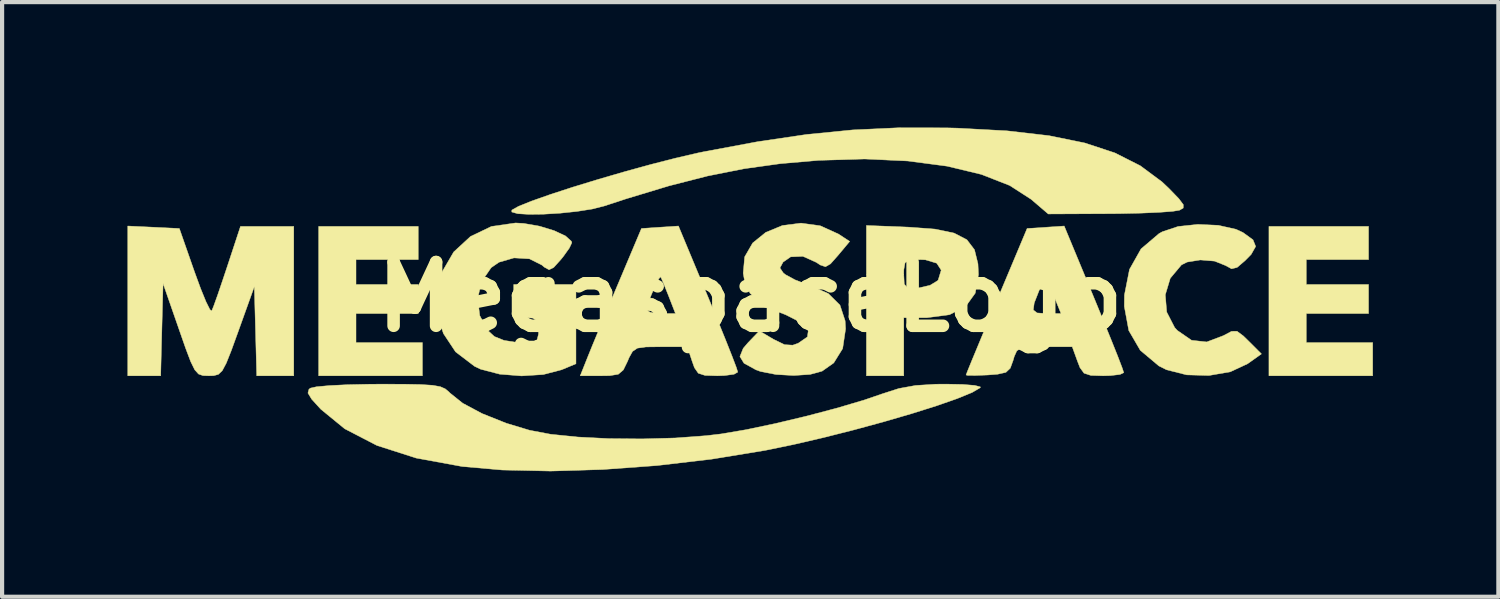
<source format=kicad_pcb>
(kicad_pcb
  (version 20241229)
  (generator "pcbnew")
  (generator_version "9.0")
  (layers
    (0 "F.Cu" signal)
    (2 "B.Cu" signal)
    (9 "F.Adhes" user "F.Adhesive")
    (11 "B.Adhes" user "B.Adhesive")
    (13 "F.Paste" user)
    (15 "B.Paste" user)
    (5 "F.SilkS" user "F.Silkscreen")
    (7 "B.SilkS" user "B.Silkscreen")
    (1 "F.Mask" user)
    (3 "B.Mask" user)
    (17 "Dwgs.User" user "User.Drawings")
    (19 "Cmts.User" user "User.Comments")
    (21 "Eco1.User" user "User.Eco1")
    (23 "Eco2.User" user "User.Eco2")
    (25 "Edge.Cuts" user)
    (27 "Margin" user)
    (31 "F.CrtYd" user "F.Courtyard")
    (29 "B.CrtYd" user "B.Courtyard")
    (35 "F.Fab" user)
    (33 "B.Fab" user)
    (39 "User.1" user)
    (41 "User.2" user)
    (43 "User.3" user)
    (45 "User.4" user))
  (footprint "MegaspaceLogo"
    (layer "F.Cu")
    (at 14.888 4.05)
    (property "Reference" "MegaspaceLogo" (at 0 0 0) (layer "F.SilkS") (effects (font (size 1.524 1.524) (thickness 0.3))))
    (attr through_hole)
    (fp_poly (pts (xy -7.938 -0.893) (xy -9.426 -0.893) (xy -9.426 -0.298) (xy -7.938 -0.298) (xy -7.938 0.397) (xy -9.426 0.397) (xy -9.426 1.091) (xy -7.838 1.091) (xy -7.838 1.885) (xy -10.319 1.885) (xy -10.319 -1.687) (xy -7.938 -1.687) (xy -7.938 -0.893)) (stroke (width 0.01) (type solid)) (fill yes) (layer "F.SilkS"))
    (fp_poly (pts (xy 14.784 -0.893) (xy 13.295 -0.893) (xy 13.295 -0.298) (xy 14.784 -0.298) (xy 14.784 0.397) (xy 13.295 0.397) (xy 13.295 1.091) (xy 14.883 1.091) (xy 14.883 1.885) (xy 12.402 1.885) (xy 12.402 -1.687) (xy 14.784 -1.687) (xy 14.784 -0.893)) (stroke (width 0.01) (type solid)) (fill yes) (layer "F.SilkS"))
    (fp_poly (pts (xy 3.795 -1.669) (xy 4.421 -1.622) (xy 4.874 -1.527) (xy 5.18 -1.368) (xy 5.362 -1.129) (xy 5.445 -0.792) (xy 5.457 -0.535) (xy 5.38 -0.091) (xy 5.15 0.228) (xy 4.765 0.424) (xy 4.225 0.496) (xy 4.172 0.496) (xy 3.671 0.496) (xy 3.671 1.885) (xy 2.778 1.885) (xy 2.778 -0.54) (xy 3.671 -0.54) (xy 3.683 -0.308) (xy 3.759 -0.216) (xy 3.958 -0.211) (xy 4.033 -0.217) (xy 4.3 -0.279) (xy 4.482 -0.39) (xy 4.495 -0.408) (xy 4.566 -0.641) (xy 4.459 -0.807) (xy 4.189 -0.888) (xy 4.071 -0.893) (xy 3.816 -0.883) (xy 3.702 -0.819) (xy 3.672 -0.651) (xy 3.671 -0.54) (xy 2.778 -0.54) (xy 2.778 -1.709) (xy 3.795 -1.669)) (stroke (width 0.01) (type solid)) (fill yes) (layer "F.SilkS"))
    (fp_poly (pts (xy -14.266 -1.667) (xy -13.65 -1.637) (xy -13.289 -0.605) (xy -13.141 -0.201) (xy -13.013 0.113) (xy -12.919 0.301) (xy -12.877 0.337) (xy -12.826 0.21) (xy -12.729 -0.061) (xy -12.603 -0.432) (xy -12.507 -0.719) (xy -12.188 -1.687) (xy -10.914 -1.687) (xy -10.914 1.885) (xy -11.8 1.885) (xy -11.828 0.819) (xy -11.857 -0.248) (xy -12.24 0.819) (xy -12.406 1.277) (xy -12.527 1.581) (xy -12.623 1.762) (xy -12.716 1.851) (xy -12.828 1.882) (xy -12.947 1.885) (xy -13.086 1.88) (xy -13.191 1.843) (xy -13.282 1.742) (xy -13.378 1.547) (xy -13.5 1.225) (xy -13.655 0.781) (xy -14.039 -0.323) (xy -14.068 0.781) (xy -14.096 1.885) (xy -14.883 1.885) (xy -14.883 -1.696) (xy -14.266 -1.667)) (stroke (width 0.01) (type solid)) (fill yes) (layer "F.SilkS"))
    (fp_poly (pts (xy 11.19 -1.713) (xy 11.614 -1.618) (xy 11.782 -1.54) (xy 12.021 -1.366) (xy 12.085 -1.208) (xy 11.977 -1.017) (xy 11.832 -0.869) (xy 11.641 -0.706) (xy 11.509 -0.673) (xy 11.366 -0.751) (xy 11.101 -0.857) (xy 10.762 -0.885) (xy 10.446 -0.834) (xy 10.31 -0.766) (xy 10.043 -0.447) (xy 9.924 -0.051) (xy 9.958 0.361) (xy 10.148 0.731) (xy 10.212 0.801) (xy 10.552 1.036) (xy 10.915 1.076) (xy 11.316 0.924) (xy 11.321 0.921) (xy 11.508 0.822) (xy 11.639 0.82) (xy 11.79 0.932) (xy 11.917 1.056) (xy 12.223 1.362) (xy 11.891 1.598) (xy 11.478 1.79) (xy 10.968 1.878) (xy 10.435 1.863) (xy 9.953 1.741) (xy 9.771 1.65) (xy 9.326 1.276) (xy 9.051 0.803) (xy 8.944 0.225) (xy 8.947 -0.046) (xy 9.068 -0.659) (xy 9.344 -1.149) (xy 9.774 -1.515) (xy 9.853 -1.559) (xy 10.23 -1.685) (xy 10.702 -1.735) (xy 11.19 -1.713)) (stroke (width 0.01) (type solid)) (fill yes) (layer "F.SilkS"))
    (fp_poly (pts (xy -1.007 0.006) (xy -0.783 0.549) (xy -0.588 1.029) (xy -0.434 1.418) (xy -0.333 1.684) (xy -0.298 1.797) (xy -0.387 1.848) (xy -0.614 1.879) (xy -0.786 1.885) (xy -1.081 1.876) (xy -1.242 1.824) (xy -1.334 1.692) (xy -1.389 1.538) (xy -1.504 1.191) (xy -2.146 1.191) (xy -2.493 1.195) (xy -2.698 1.224) (xy -2.814 1.302) (xy -2.898 1.453) (xy -2.933 1.538) (xy -3.034 1.745) (xy -3.154 1.848) (xy -3.36 1.882) (xy -3.572 1.885) (xy -4.065 1.885) (xy -3.877 1.414) (xy -3.768 1.145) (xy -3.602 0.744) (xy -3.421 0.31) (xy -2.48 0.31) (xy -2.393 0.367) (xy -2.179 0.396) (xy -2.134 0.397) (xy -1.788 0.397) (xy -1.952 -0.025) (xy -2.056 -0.284) (xy -2.128 -0.453) (xy -2.144 -0.482) (xy -2.193 -0.426) (xy -2.28 -0.251) (xy -2.376 -0.024) (xy -2.452 0.187) (xy -2.48 0.31) (xy -3.421 0.31) (xy -3.401 0.261) (xy -3.185 -0.253) (xy -3.145 -0.347) (xy -2.601 -1.637) (xy -2.158 -1.667) (xy -1.716 -1.696) (xy -1.007 0.006)) (stroke (width 0.01) (type solid)) (fill yes) (layer "F.SilkS"))
    (fp_poly (pts (xy 1.673 -1.702) (xy 2.108 -1.505) (xy 2.378 -1.328) (xy 2.099 -0.994) (xy 1.919 -0.791) (xy 1.799 -0.722) (xy 1.673 -0.765) (xy 1.582 -0.826) (xy 1.26 -0.971) (xy 0.966 -0.959) (xy 0.785 -0.833) (xy 0.71 -0.693) (xy 0.792 -0.573) (xy 0.845 -0.532) (xy 1.069 -0.41) (xy 1.367 -0.293) (xy 1.416 -0.278) (xy 1.866 -0.082) (xy 2.145 0.194) (xy 2.269 0.571) (xy 2.28 0.764) (xy 2.21 1.234) (xy 1.997 1.577) (xy 1.718 1.774) (xy 1.433 1.852) (xy 1.039 1.878) (xy 0.616 1.854) (xy 0.246 1.782) (xy 0.136 1.742) (xy -0.149 1.585) (xy -0.247 1.425) (xy -0.168 1.229) (xy -0.051 1.092) (xy 0.218 0.812) (xy 0.561 1.015) (xy 0.821 1.141) (xy 1.016 1.153) (xy 1.147 1.107) (xy 1.367 0.955) (xy 1.39 0.79) (xy 1.216 0.613) (xy 0.846 0.425) (xy 0.682 0.361) (xy 0.257 0.159) (xy -0.006 -0.09) (xy -0.143 -0.427) (xy -0.168 -0.568) (xy -0.133 -0.959) (xy 0.058 -1.29) (xy 0.371 -1.544) (xy 0.768 -1.708) (xy 1.214 -1.765) (xy 1.673 -1.702)) (stroke (width 0.01) (type solid)) (fill yes) (layer "F.SilkS"))
    (fp_poly (pts (xy 8.219 0.02) (xy 8.443 0.564) (xy 8.638 1.045) (xy 8.793 1.433) (xy 8.894 1.698) (xy 8.931 1.811) (xy 8.931 1.811) (xy 8.841 1.853) (xy 8.613 1.88) (xy 8.44 1.885) (xy 8.144 1.876) (xy 7.981 1.823) (xy 7.884 1.69) (xy 7.825 1.538) (xy 7.699 1.191) (xy 7.039 1.191) (xy 6.686 1.194) (xy 6.482 1.22) (xy 6.374 1.288) (xy 6.313 1.422) (xy 6.287 1.513) (xy 6.218 1.703) (xy 6.113 1.803) (xy 5.913 1.848) (xy 5.677 1.866) (xy 5.387 1.877) (xy 5.2 1.875) (xy 5.16 1.866) (xy 5.197 1.769) (xy 5.299 1.519) (xy 5.455 1.143) (xy 5.651 0.67) (xy 5.802 0.311) (xy 6.768 0.311) (xy 6.858 0.382) (xy 7.073 0.397) (xy 7.089 0.397) (xy 7.431 0.397) (xy 7.3 0.074) (xy 7.197 -0.189) (xy 7.124 -0.389) (xy 7.121 -0.397) (xy 7.059 -0.423) (xy 6.956 -0.264) (xy 6.91 -0.162) (xy 6.79 0.144) (xy 6.768 0.311) (xy 5.802 0.311) (xy 5.878 0.13) (xy 5.891 0.099) (xy 6.62 -1.637) (xy 7.507 -1.696) (xy 8.219 0.02)) (stroke (width 0.01) (type solid)) (fill yes) (layer "F.SilkS"))
    (fp_poly (pts (xy -5.415 -1.758) (xy -5.037 -1.692) (xy -4.687 -1.585) (xy -4.416 -1.458) (xy -4.276 -1.331) (xy -4.266 -1.295) (xy -4.325 -1.169) (xy -4.472 -0.964) (xy -4.527 -0.896) (xy -4.699 -0.705) (xy -4.81 -0.65) (xy -4.924 -0.713) (xy -4.981 -0.762) (xy -5.28 -0.912) (xy -5.648 -0.934) (xy -6.007 -0.83) (xy -6.194 -0.701) (xy -6.427 -0.362) (xy -6.517 0.04) (xy -6.467 0.446) (xy -6.279 0.797) (xy -6.116 0.947) (xy -5.886 1.039) (xy -5.571 1.089) (xy -5.485 1.091) (xy -5.219 1.082) (xy -5.096 1.026) (xy -5.062 0.887) (xy -5.06 0.794) (xy -5.085 0.583) (xy -5.201 0.505) (xy -5.358 0.496) (xy -5.549 0.48) (xy -5.634 0.395) (xy -5.655 0.184) (xy -5.655 0.099) (xy -5.655 -0.298) (xy -4.167 -0.298) (xy -4.167 1.598) (xy -4.511 1.741) (xy -4.948 1.855) (xy -5.468 1.888) (xy -5.992 1.846) (xy -6.442 1.729) (xy -6.589 1.66) (xy -7.045 1.313) (xy -7.336 0.874) (xy -7.446 0.538) (xy -7.492 -0.057) (xy -7.365 -0.604) (xy -7.09 -1.076) (xy -6.689 -1.446) (xy -6.188 -1.686) (xy -5.61 -1.769) (xy -5.415 -1.758)) (stroke (width 0.01) (type solid)) (fill yes) (layer "F.SilkS"))
    (fp_poly (pts (xy 4.687 -4.043) (xy 4.961 -4.036) (xy 6.139 -3.972) (xy 7.145 -3.856) (xy 7.998 -3.682) (xy 8.719 -3.444) (xy 9.328 -3.136) (xy 9.844 -2.753) (xy 10.009 -2.597) (xy 10.246 -2.352) (xy 10.355 -2.207) (xy 10.353 -2.126) (xy 10.264 -2.074) (xy 10.099 -2.047) (xy 9.777 -2.023) (xy 9.338 -2.004) (xy 8.822 -1.993) (xy 8.598 -1.991) (xy 7.126 -1.984) (xy 6.716 -2.335) (xy 6.204 -2.665) (xy 5.527 -2.93) (xy 4.707 -3.127) (xy 3.766 -3.251) (xy 2.728 -3.299) (xy 1.634 -3.266) (xy 0.72 -3.187) (xy -0.147 -3.066) (xy -1.017 -2.893) (xy -1.94 -2.657) (xy -2.966 -2.347) (xy -3.494 -2.174) (xy -3.78 -2.102) (xy -4.143 -2.045) (xy -4.543 -2.003) (xy -4.939 -1.979) (xy -5.291 -1.975) (xy -5.559 -1.991) (xy -5.701 -2.031) (xy -5.7 -2.077) (xy -5.542 -2.166) (xy -5.224 -2.294) (xy -4.778 -2.451) (xy -4.238 -2.627) (xy -3.636 -2.811) (xy -3.004 -2.995) (xy -2.375 -3.168) (xy -1.781 -3.32) (xy -1.256 -3.442) (xy -1.12 -3.47) (xy 0.177 -3.712) (xy 1.348 -3.885) (xy 2.451 -3.994) (xy 3.545 -4.045) (xy 4.687 -4.043)) (stroke (width 0.01) (type solid)) (fill yes) (layer "F.SilkS"))
    (fp_poly (pts (xy 5.083 2.092) (xy 5.366 2.115) (xy 5.5 2.149) (xy 5.502 2.169) (xy 5.307 2.283) (xy 4.948 2.43) (xy 4.456 2.602) (xy 3.859 2.79) (xy 3.189 2.985) (xy 2.476 3.179) (xy 1.749 3.363) (xy 1.038 3.528) (xy 0.374 3.665) (xy 0.347 3.67) (xy -0.921 3.878) (xy -2.227 4.031) (xy -3.527 4.126) (xy -4.775 4.163) (xy -5.925 4.138) (xy -6.886 4.054) (xy -7.988 3.852) (xy -8.926 3.551) (xy -9.696 3.152) (xy -10.268 2.684) (xy -10.487 2.443) (xy -10.575 2.297) (xy -10.551 2.207) (xy -10.516 2.18) (xy -10.369 2.147) (xy -10.062 2.119) (xy -9.634 2.098) (xy -9.124 2.087) (xy -8.871 2.085) (xy -8.292 2.086) (xy -7.878 2.094) (xy -7.595 2.112) (xy -7.411 2.145) (xy -7.292 2.197) (xy -7.204 2.271) (xy -7.184 2.293) (xy -6.876 2.54) (xy -6.412 2.788) (xy -5.834 3.019) (xy -5.274 3.188) (xy -4.772 3.283) (xy -4.123 3.349) (xy -3.376 3.387) (xy -2.583 3.394) (xy -1.792 3.372) (xy -1.053 3.317) (xy -0.695 3.275) (xy -0.1 3.174) (xy 0.603 3.026) (xy 1.351 2.848) (xy 2.081 2.655) (xy 2.729 2.463) (xy 3.152 2.318) (xy 3.553 2.189) (xy 3.955 2.116) (xy 4.437 2.086) (xy 4.685 2.084) (xy 5.083 2.092)) (stroke (width 0.01) (type solid)) (fill yes) (layer "F.SilkS")))
  (gr_rect
    (start -3 -3)
    (end 32.776 11.218)
    (stroke (width 0.1) (type default))
    (fill no)
    (layer "Edge.Cuts")))
</source>
